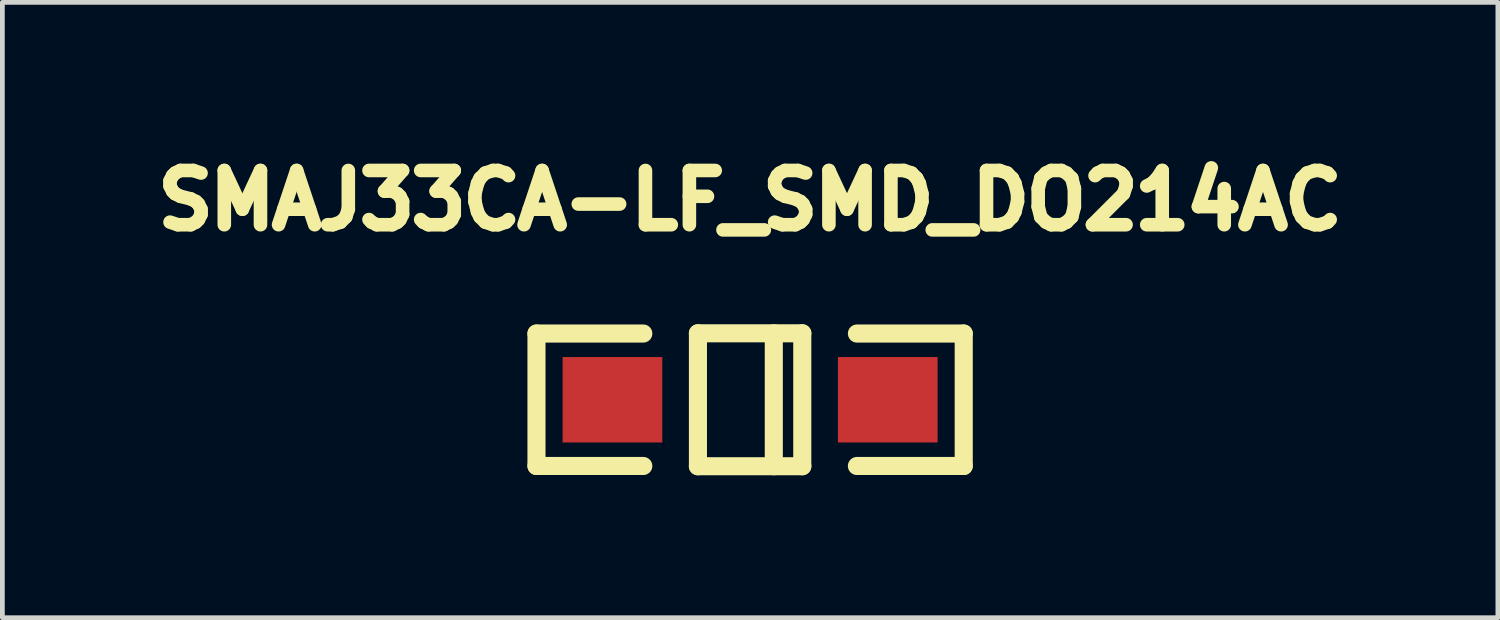
<source format=kicad_pcb>
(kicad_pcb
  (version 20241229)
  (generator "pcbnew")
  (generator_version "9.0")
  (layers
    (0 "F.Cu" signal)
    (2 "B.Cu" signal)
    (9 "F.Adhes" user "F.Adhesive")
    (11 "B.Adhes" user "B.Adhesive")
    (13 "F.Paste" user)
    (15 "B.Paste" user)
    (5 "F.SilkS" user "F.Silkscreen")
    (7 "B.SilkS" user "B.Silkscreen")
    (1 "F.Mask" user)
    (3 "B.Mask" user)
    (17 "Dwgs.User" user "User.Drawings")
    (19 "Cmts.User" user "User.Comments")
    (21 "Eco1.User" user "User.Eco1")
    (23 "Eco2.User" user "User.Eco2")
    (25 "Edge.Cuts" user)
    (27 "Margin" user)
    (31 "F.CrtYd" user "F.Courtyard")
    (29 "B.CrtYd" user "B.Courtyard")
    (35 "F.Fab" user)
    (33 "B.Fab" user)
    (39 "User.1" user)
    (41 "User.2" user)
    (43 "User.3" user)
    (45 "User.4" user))
  (footprint "SMAJ33CA-LF_SMD_DO214AC"
    (layer "F.Cu")
    (at 12.751 5.371)
    (property "Reference" "SMAJ33CA-LF_SMD_DO214AC" (at 0 -4.201 0) (layer "F.SilkS") (effects (font (size 1.143 1.143) (thickness 0.287))))
    (attr through_hole)
    (fp_line (start -4.5 -1.395) (end -4.5 1.395) (stroke (width 0.381) (type solid)) (layer "F.SilkS"))
    (fp_line (start -4.5 1.395) (end -2.25 1.395) (stroke (width 0.381) (type solid)) (layer "F.SilkS"))
    (fp_line (start -2.25 -1.395) (end -4.5 -1.395) (stroke (width 0.381) (type solid)) (layer "F.SilkS"))
    (fp_line (start -1.1 -1.4) (end 1.1 -1.4) (stroke (width 0.381) (type solid)) (layer "F.SilkS"))
    (fp_line (start -1.099 -1.4) (end -1.099 1.4) (stroke (width 0.381) (type solid)) (layer "F.SilkS"))
    (fp_line (start 0.499 -1.4) (end 0.499 1.4) (stroke (width 0.381) (type solid)) (layer "F.SilkS"))
    (fp_line (start 1.099 1.4) (end 1.099 -1.4) (stroke (width 0.381) (type solid)) (layer "F.SilkS"))
    (fp_line (start 1.1 1.4) (end -1.1 1.4) (stroke (width 0.381) (type solid)) (layer "F.SilkS"))
    (fp_line (start 2.25 -1.395) (end 4.5 -1.395) (stroke (width 0.381) (type solid)) (layer "F.SilkS"))
    (fp_line (start 4.5 -1.395) (end 4.5 1.395) (stroke (width 0.381) (type solid)) (layer "F.SilkS"))
    (fp_line (start 4.5 1.395) (end 2.25 1.395) (stroke (width 0.381) (type solid)) (layer "F.SilkS"))
    (pad "1" smd rect (at -2.9 0) (size 2.1 1.8) (layers "F.Cu" "F.Mask" "F.Paste"))
    (pad "2" smd rect (at 2.9 0) (size 2.1 1.8) (layers "F.Cu" "F.Mask" "F.Paste")))
  (gr_rect
    (start -3 -3)
    (end 28.503 9.962)
    (stroke (width 0.1) (type default))
    (fill no)
    (layer "Edge.Cuts")))
</source>
